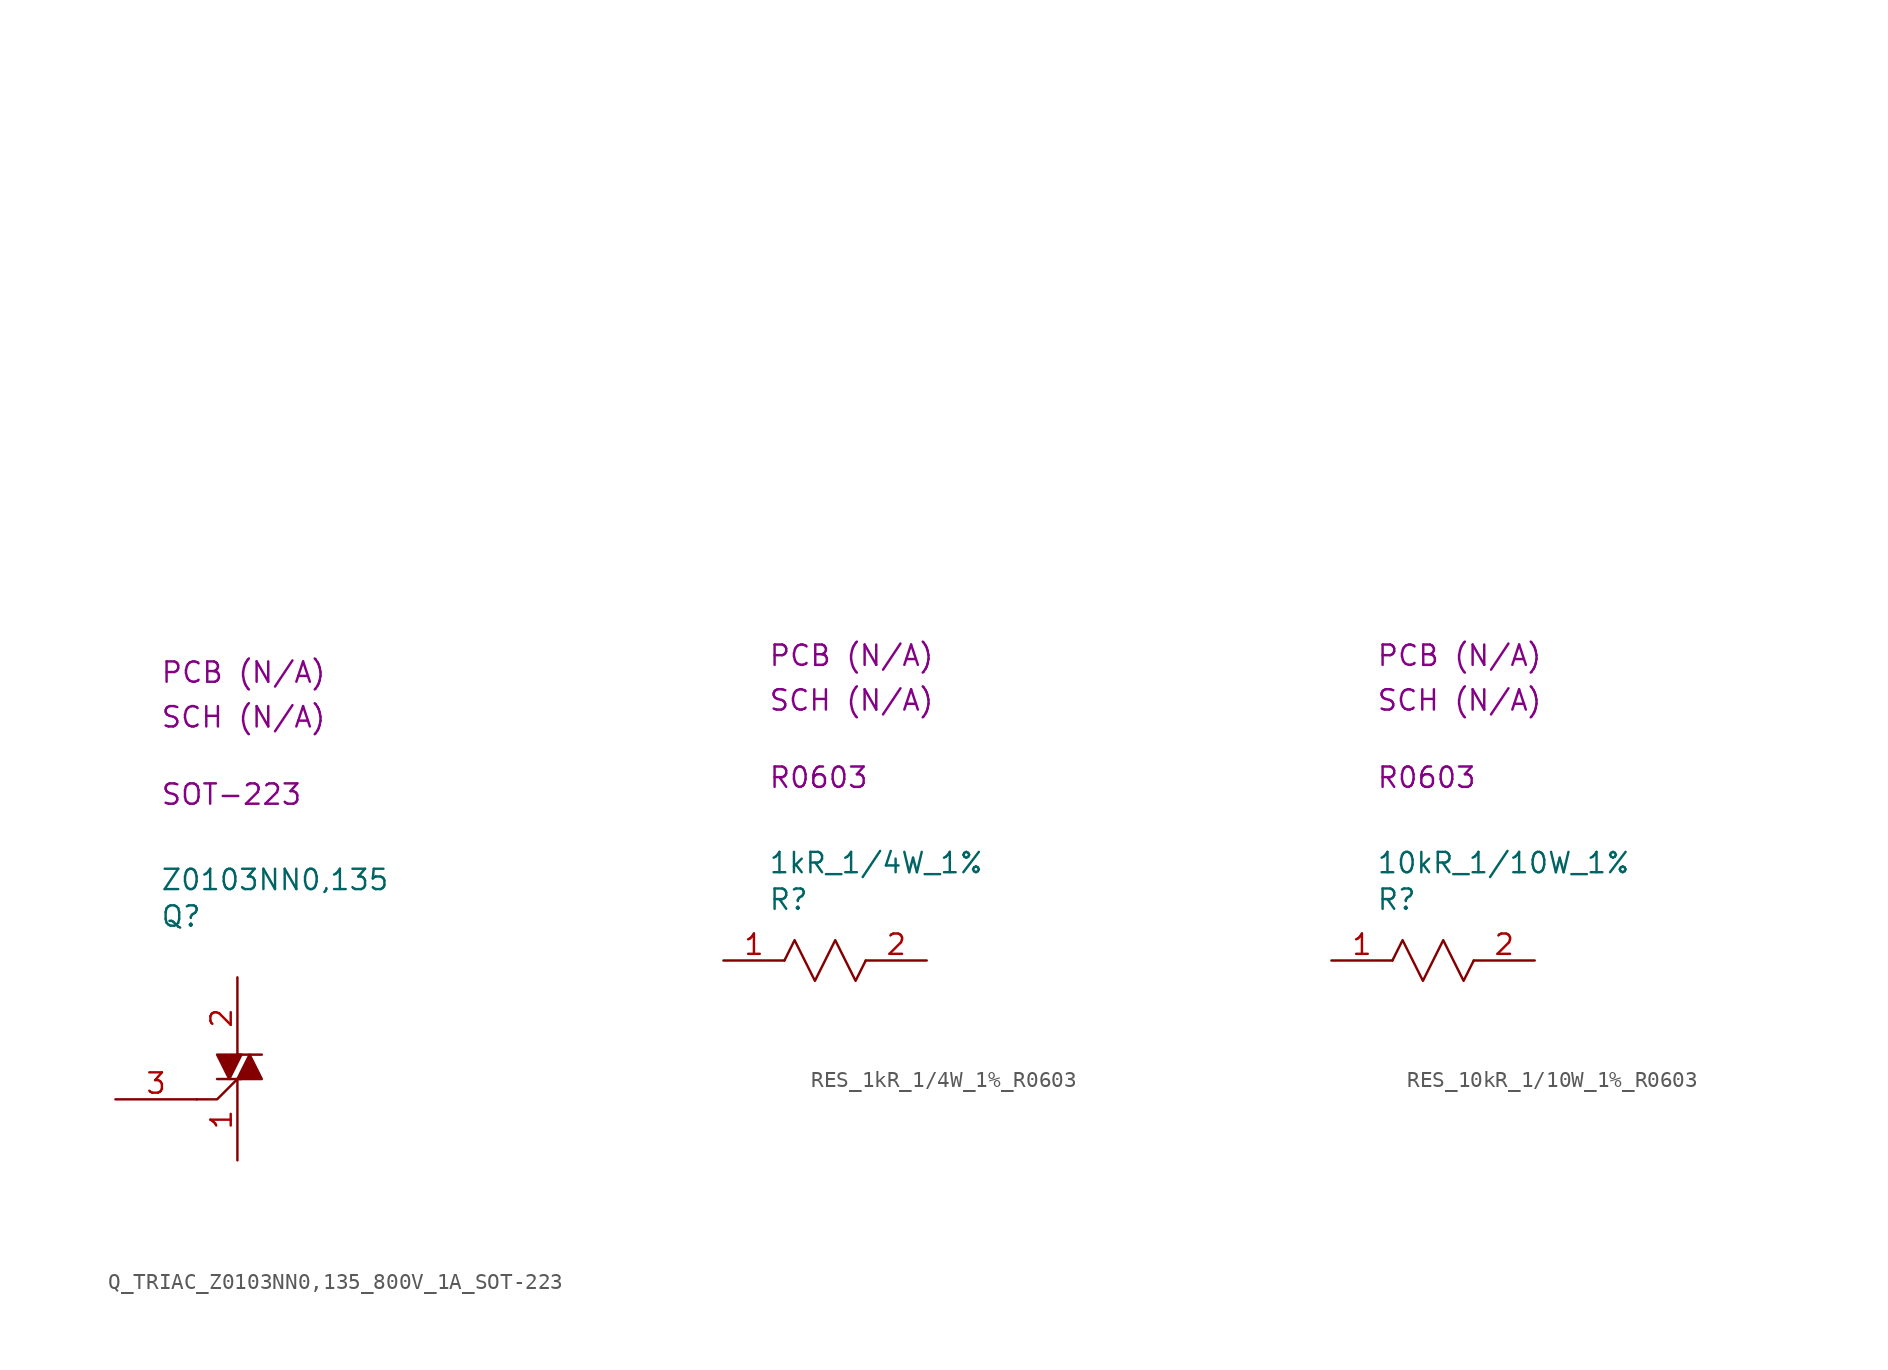
<source format=kicad_sym>
(kicad_symbol_lib
  (version 20231120)
  (generator "kicad_symbol_editor")
  (generator_version "8.0")
  (symbol "Q_TRIAC_Z0103NN0,135_800V_1A_SOT-223"
    (property "Reference" "Q"
      (at 2.794 3.81 0)
      (effects (font (size 1.27 1.27)) (justify left)))
    (property "Value" "Z0103NN0,135"
      (at 2.794 6.096 0)
      (effects (font (size 1.27 1.27)) (justify left)))
    (property "Package" "SOT-223"
      (at 2.794 11.43 0)
      (effects (font (size 1.27 1.27)) (justify left)))
    (property "SCH CHECK" "SCH (N/A)"
      (at 2.794 16.256 0)
      (effects (font (size 1.27 1.27)) (justify left)))
    (property "PCB CHECk" "PCB (N/A)"
      (at 2.794 19.05 0)
      (effects (font (size 1.27 1.27)) (justify left)))
    (symbol "Q_TRIAC_Z0103NN0,135_800V_1A_SOT-223_0_1"
      (polyline private (pts (xy 2.54 2.54) (xy 27.94 2.54)) (stroke (width 0) (type default)) (fill (type none)))
      (polyline private (pts (xy 2.54 5.08) (xy 27.94 5.08)) (stroke (width 0) (type default)) (fill (type none)))
      (polyline private (pts (xy 2.54 7.62) (xy 27.94 7.62)) (stroke (width 0) (type default)) (fill (type none)))
      (polyline private (pts (xy 2.54 10.16) (xy 27.94 10.16)) (stroke (width 0) (type default)) (fill (type none)))
      (polyline private (pts (xy 2.54 12.7) (xy 27.94 12.7)) (stroke (width 0) (type default)) (fill (type none)))
      (polyline private (pts (xy 2.54 15.24) (xy 27.94 15.24)) (stroke (width 0) (type default)) (fill (type none)))
      (polyline private (pts (xy 2.54 17.78) (xy 27.94 17.78)) (stroke (width 0) (type default)) (fill (type none)))
      (polyline private (pts (xy 2.54 20.32) (xy 27.94 20.32)) (stroke (width 0) (type default)) (fill (type none)))
      (polyline private (pts (xy 2.54 22.86) (xy 27.94 22.86)) (stroke (width 0) (type default)) (fill (type none)))
      (polyline private (pts (xy 2.54 25.4) (xy 27.94 25.4)) (stroke (width 0) (type default)) (fill (type none)))
      (polyline private (pts (xy 2.54 27.94) (xy 27.94 27.94)) (stroke (width 0) (type default)) (fill (type none)))
      (polyline private (pts (xy 2.54 30.48) (xy 27.94 30.48)) (stroke (width 0) (type default)) (fill (type none)))
      (polyline private (pts (xy 2.54 33.02) (xy 27.94 33.02)) (stroke (width 0) (type default)) (fill (type none)))
      (polyline private (pts (xy 2.54 35.56) (xy 27.94 35.56)) (stroke (width 0) (type default)) (fill (type none)))
      (polyline private (pts (xy 2.54 38.1) (xy 27.94 38.1)) (stroke (width 0) (type default)) (fill (type none)))
      (polyline private (pts (xy 2.54 40.64) (xy 27.94 40.64)) (stroke (width 0) (type default)) (fill (type none)))
      (polyline private (pts (xy 2.54 43.18) (xy 27.94 43.18)) (stroke (width 0) (type default)) (fill (type none)))
      (polyline private (pts (xy 2.54 45.72) (xy 27.94 45.72)) (stroke (width 0) (type default)) (fill (type none)))
      (polyline private (pts (xy 2.54 48.26) (xy 27.94 48.26)) (stroke (width 0) (type default)) (fill (type none)))
      (polyline private (pts (xy 2.54 50.8) (xy 27.94 50.8)) (stroke (width 0) (type default)) (fill (type none)))
      (polyline (pts (xy 5.08 -7.62) (xy 6.35 -7.62) (xy 7.62 -6.35)) (stroke (width 0) (type default)) (fill (type none))))
    (symbol "Q_TRIAC_Z0103NN0,135_800V_1A_SOT-223_1_1"
      (polyline (pts (xy 7.62 -4.826) (xy 9.144 -4.826)) (stroke (width 0) (type default)) (fill (type none)))
      (polyline (pts (xy 7.874 -6.35) (xy 6.35 -6.35)) (stroke (width 0) (type default)) (fill (type none)))
      (polyline (pts (xy 7.62 -6.35) (xy 9.144 -6.35) (xy 8.382 -4.826) (xy 7.62 -6.35)) (stroke (width 0) (type default)) (fill (type outline)))
      (polyline (pts (xy 7.874 -4.826) (xy 6.35 -4.826) (xy 7.112 -6.35) (xy 7.874 -4.826)) (stroke (width 0) (type default)) (fill (type outline)))
      (pin passive line (at 7.62 -11.43 90) (length 5.08) (name "" (effects (font (size 1.27 1.27)))) (number "1" (effects (font (size 1.27 1.27)))))
      (pin passive line (at 7.62 0 270) (length 5.08) (name "" (effects (font (size 1.27 1.27)))) (number "2" (effects (font (size 1.27 1.27)))))
      (pin passive line (at 0 -7.62 0) (length 5.08) (name "" (effects (font (size 1.27 1.27)))) (number "3" (effects (font (size 1.27 1.27)))))))
  (symbol "RES_1kR_1/4W_1%_R0603"
    (property "Reference" "R"
      (at 2.794 3.81 0)
      (effects (font (size 1.27 1.27)) (justify left)))
    (property "Value" "1kR_1/4W_1%"
      (at 2.794 6.096 0)
      (effects (font (size 1.27 1.27)) (justify left)))
    (property "Package" "R0603"
      (at 2.794 11.43 0)
      (effects (font (size 1.27 1.27)) (justify left)))
    (property "SCH CHECK" "SCH (N/A)"
      (at 2.794 16.256 0)
      (effects (font (size 1.27 1.27)) (justify left)))
    (property "PCB CHECk" "PCB (N/A)"
      (at 2.794 19.05 0)
      (effects (font (size 1.27 1.27)) (justify left)))
    (symbol "RES_1kR_1/4W_1%_R0603_0_1"
      (polyline private (pts (xy 2.54 2.54) (xy 27.94 2.54)) (stroke (width 0) (type default)) (fill (type none)))
      (polyline private (pts (xy 2.54 5.08) (xy 27.94 5.08)) (stroke (width 0) (type default)) (fill (type none)))
      (polyline private (pts (xy 2.54 7.62) (xy 27.94 7.62)) (stroke (width 0) (type default)) (fill (type none)))
      (polyline private (pts (xy 2.54 10.16) (xy 27.94 10.16)) (stroke (width 0) (type default)) (fill (type none)))
      (polyline private (pts (xy 2.54 12.7) (xy 27.94 12.7)) (stroke (width 0) (type default)) (fill (type none)))
      (polyline private (pts (xy 2.54 15.24) (xy 27.94 15.24)) (stroke (width 0) (type default)) (fill (type none)))
      (polyline private (pts (xy 2.54 17.78) (xy 27.94 17.78)) (stroke (width 0) (type default)) (fill (type none)))
      (polyline private (pts (xy 2.54 20.32) (xy 27.94 20.32)) (stroke (width 0) (type default)) (fill (type none)))
      (polyline private (pts (xy 2.54 22.86) (xy 27.94 22.86)) (stroke (width 0) (type default)) (fill (type none)))
      (polyline private (pts (xy 2.54 25.4) (xy 27.94 25.4)) (stroke (width 0) (type default)) (fill (type none)))
      (polyline private (pts (xy 2.54 27.94) (xy 27.94 27.94)) (stroke (width 0) (type default)) (fill (type none)))
      (polyline private (pts (xy 2.54 30.48) (xy 27.94 30.48)) (stroke (width 0) (type default)) (fill (type none)))
      (polyline private (pts (xy 2.54 33.02) (xy 27.94 33.02)) (stroke (width 0) (type default)) (fill (type none)))
      (polyline private (pts (xy 2.54 35.56) (xy 27.94 35.56)) (stroke (width 0) (type default)) (fill (type none)))
      (polyline private (pts (xy 2.54 38.1) (xy 27.94 38.1)) (stroke (width 0) (type default)) (fill (type none)))
      (polyline private (pts (xy 2.54 40.64) (xy 27.94 40.64)) (stroke (width 0) (type default)) (fill (type none)))
      (polyline private (pts (xy 2.54 43.18) (xy 27.94 43.18)) (stroke (width 0) (type default)) (fill (type none)))
      (polyline private (pts (xy 2.54 45.72) (xy 27.94 45.72)) (stroke (width 0) (type default)) (fill (type none)))
      (polyline private (pts (xy 2.54 48.26) (xy 27.94 48.26)) (stroke (width 0) (type default)) (fill (type none)))
      (polyline private (pts (xy 2.54 50.8) (xy 27.94 50.8)) (stroke (width 0) (type default)) (fill (type none)))
      (polyline (pts (xy 3.81 0) (xy 4.445 1.27) (xy 5.715 -1.27) (xy 6.985 1.27) (xy 8.255 -1.27) (xy 8.89 0)) (stroke (width 0) (type default)) (fill (type none))))
    (symbol "RES_1kR_1/4W_1%_R0603_1_1"
      (pin passive line (at 0 0 0) (length 3.81) (name "" (effects (font (size 1.27 1.27)))) (number "1" (effects (font (size 1.27 1.27)))))
      (pin passive line (at 12.7 0 180) (length 3.81) (name "" (effects (font (size 1.27 1.27)))) (number "2" (effects (font (size 1.27 1.27)))))))
  (symbol "RES_10kR_1/10W_1%_R0603"
    (property "Reference" "R"
      (at 2.794 3.81 0)
      (effects (font (size 1.27 1.27)) (justify left)))
    (property "Value" "10kR_1/10W_1%"
      (at 2.794 6.096 0)
      (effects (font (size 1.27 1.27)) (justify left)))
    (property "Package" "R0603"
      (at 2.794 11.43 0)
      (effects (font (size 1.27 1.27)) (justify left)))
    (property "SCH CHECK" "SCH (N/A)"
      (at 2.794 16.256 0)
      (effects (font (size 1.27 1.27)) (justify left)))
    (property "PCB CHECk" "PCB (N/A)"
      (at 2.794 19.05 0)
      (effects (font (size 1.27 1.27)) (justify left)))
    (symbol "RES_10kR_1/10W_1%_R0603_0_1"
      (polyline private (pts (xy 2.54 2.54) (xy 27.94 2.54)) (stroke (width 0) (type default)) (fill (type none)))
      (polyline private (pts (xy 2.54 5.08) (xy 27.94 5.08)) (stroke (width 0) (type default)) (fill (type none)))
      (polyline private (pts (xy 2.54 7.62) (xy 27.94 7.62)) (stroke (width 0) (type default)) (fill (type none)))
      (polyline private (pts (xy 2.54 10.16) (xy 27.94 10.16)) (stroke (width 0) (type default)) (fill (type none)))
      (polyline private (pts (xy 2.54 12.7) (xy 27.94 12.7)) (stroke (width 0) (type default)) (fill (type none)))
      (polyline private (pts (xy 2.54 15.24) (xy 27.94 15.24)) (stroke (width 0) (type default)) (fill (type none)))
      (polyline private (pts (xy 2.54 17.78) (xy 27.94 17.78)) (stroke (width 0) (type default)) (fill (type none)))
      (polyline private (pts (xy 2.54 20.32) (xy 27.94 20.32)) (stroke (width 0) (type default)) (fill (type none)))
      (polyline private (pts (xy 2.54 22.86) (xy 27.94 22.86)) (stroke (width 0) (type default)) (fill (type none)))
      (polyline private (pts (xy 2.54 25.4) (xy 27.94 25.4)) (stroke (width 0) (type default)) (fill (type none)))
      (polyline private (pts (xy 2.54 27.94) (xy 27.94 27.94)) (stroke (width 0) (type default)) (fill (type none)))
      (polyline private (pts (xy 2.54 30.48) (xy 27.94 30.48)) (stroke (width 0) (type default)) (fill (type none)))
      (polyline private (pts (xy 2.54 33.02) (xy 27.94 33.02)) (stroke (width 0) (type default)) (fill (type none)))
      (polyline private (pts (xy 2.54 35.56) (xy 27.94 35.56)) (stroke (width 0) (type default)) (fill (type none)))
      (polyline private (pts (xy 2.54 38.1) (xy 27.94 38.1)) (stroke (width 0) (type default)) (fill (type none)))
      (polyline private (pts (xy 2.54 40.64) (xy 27.94 40.64)) (stroke (width 0) (type default)) (fill (type none)))
      (polyline private (pts (xy 2.54 43.18) (xy 27.94 43.18)) (stroke (width 0) (type default)) (fill (type none)))
      (polyline private (pts (xy 2.54 45.72) (xy 27.94 45.72)) (stroke (width 0) (type default)) (fill (type none)))
      (polyline private (pts (xy 2.54 48.26) (xy 27.94 48.26)) (stroke (width 0) (type default)) (fill (type none)))
      (polyline private (pts (xy 2.54 50.8) (xy 27.94 50.8)) (stroke (width 0) (type default)) (fill (type none)))
      (polyline (pts (xy 3.81 0) (xy 4.445 1.27) (xy 5.715 -1.27) (xy 6.985 1.27) (xy 8.255 -1.27) (xy 8.89 0)) (stroke (width 0) (type default)) (fill (type none))))
    (symbol "RES_10kR_1/10W_1%_R0603_1_1"
      (pin passive line (at 0 0 0) (length 3.81) (name "" (effects (font (size 1.27 1.27)))) (number "1" (effects (font (size 1.27 1.27)))))
      (pin passive line (at 12.7 0 180) (length 3.81) (name "" (effects (font (size 1.27 1.27)))) (number "2" (effects (font (size 1.27 1.27))))))))
</source>
